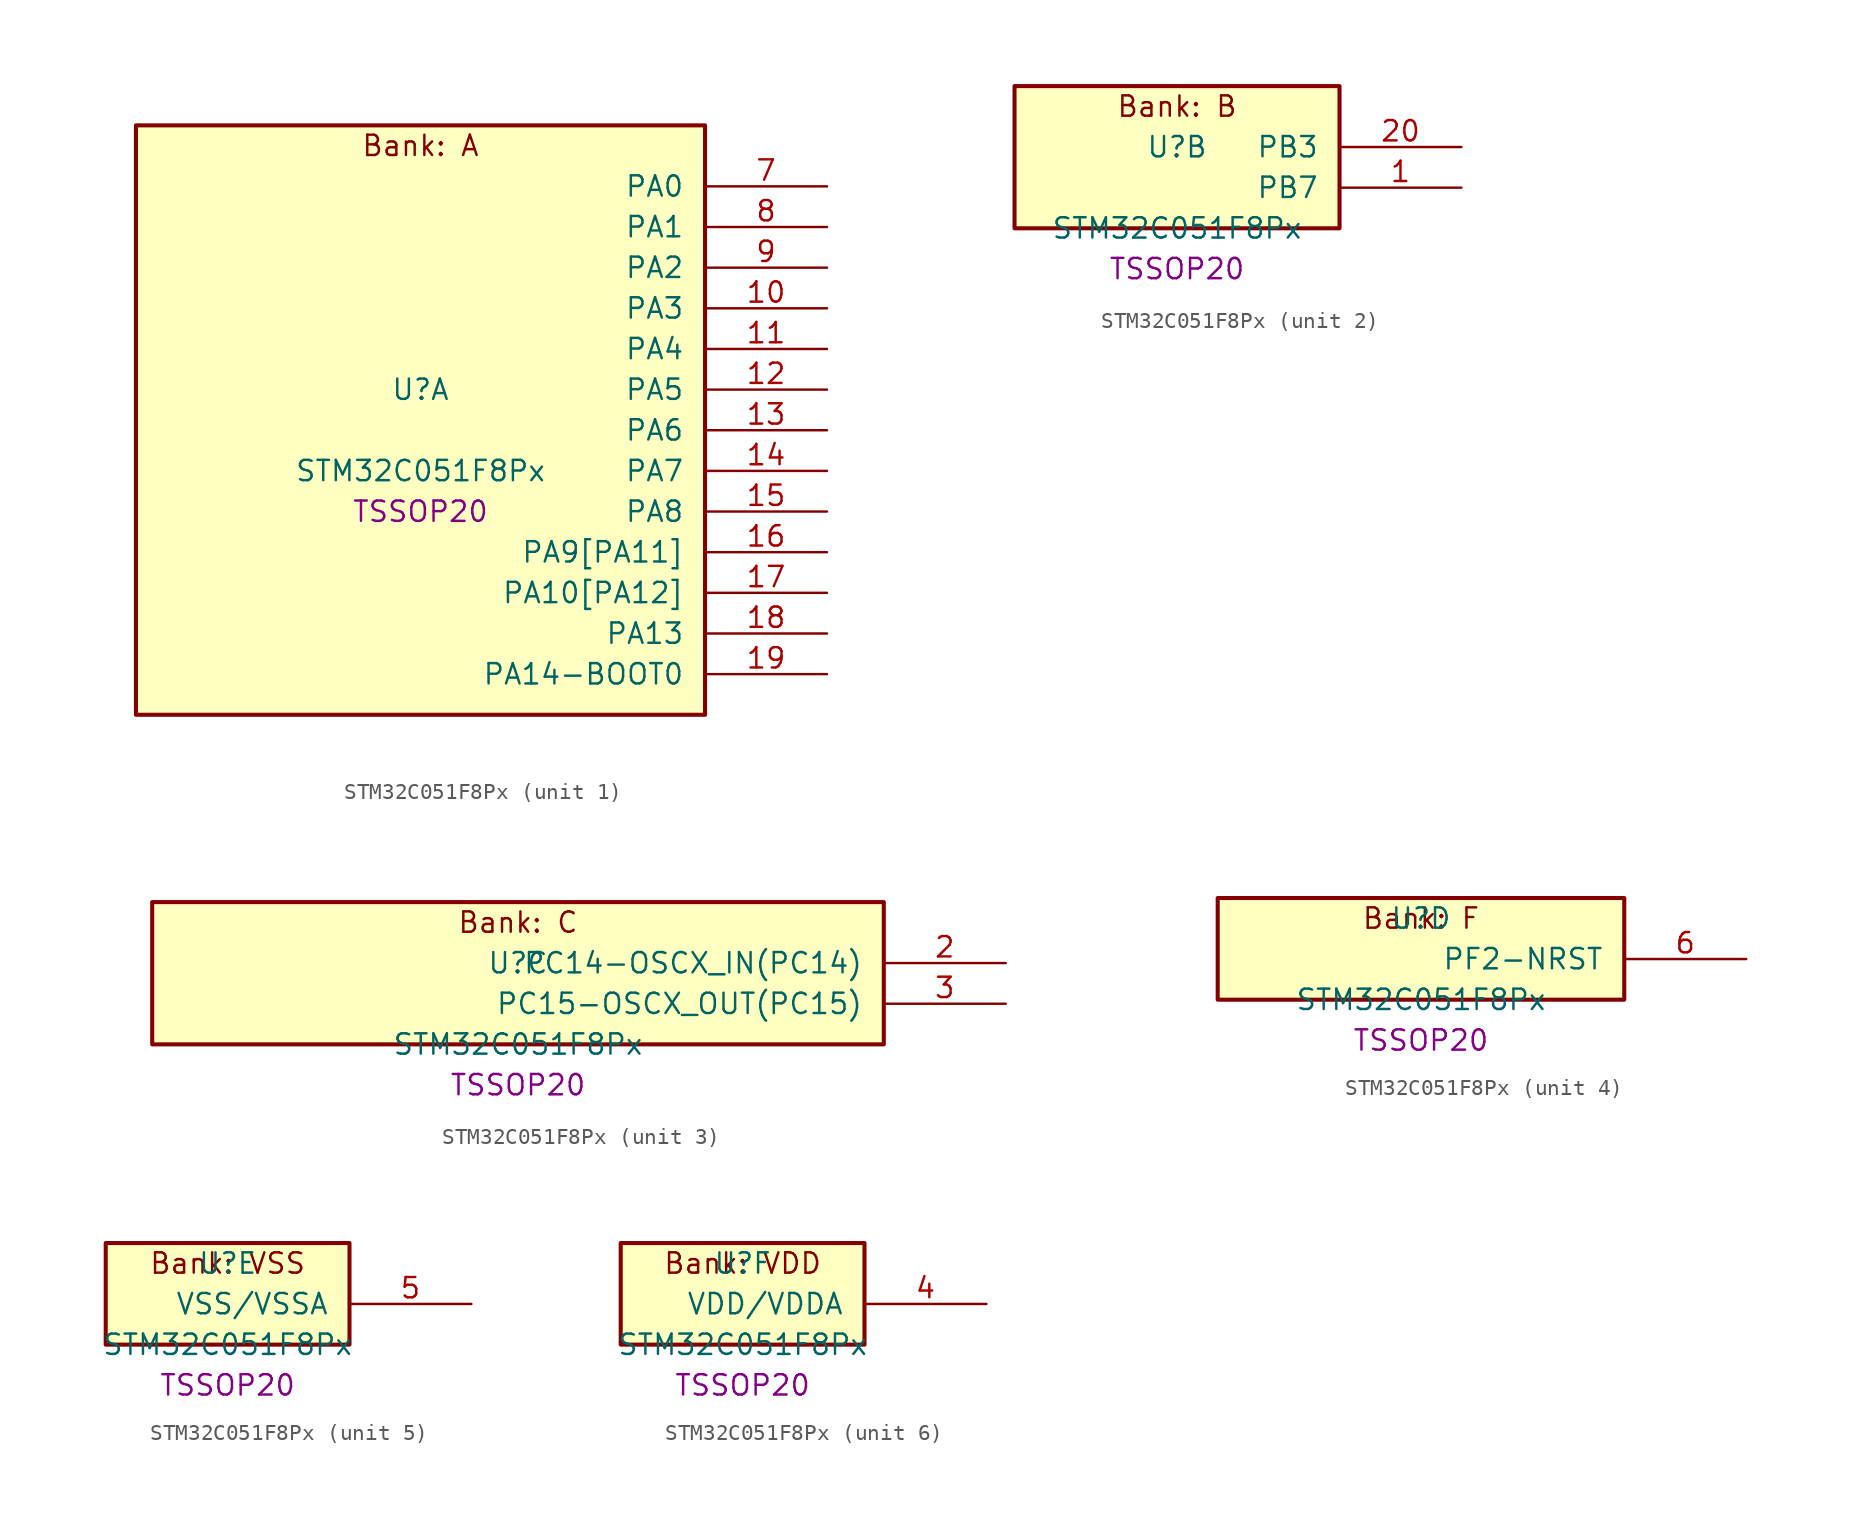
<source format=kicad_sym>
(kicad_symbol_lib
  (version 20241209)
  (generator "stm32_pkl_generator")
  (generator_version "1.0")
  (symbol "STM32C051F8Px"
    (pin_names
      (offset 1.27))
    (property "Reference" "U"
      (at 0 2.54 0))
    (property "Value" "STM32C051F8Px"
      (at 0 -2.54 0))
    (property "Footprint" "TSSOP20"
      (at 0 -5.08 0))
    (symbol "STM32C051F8Px_1_1"
      (rectangle (start -17.78 19.05) (end 17.78 -17.78) (stroke (width 0.254) (type solid)) (fill (type background)))
      (text "Bank: A" (at 0 17.78 0))
      (pin bidirectional line (at 25.4 15.24 180) (length 7.62) (name "PA0") (number "7") (alternate "PA0/ADC1_IN0" bidirectional line) (alternate "PA0/PWR_WKUP1" bidirectional line) (alternate "PA0/SPI2_SCK" bidirectional line) (alternate "PA0/TIM16_CH1" bidirectional line) (alternate "PA0/TIM1_CH1" bidirectional line) (alternate "PA0/TIM2_CH1" bidirectional line) (alternate "PA0/TIM2_ETR" bidirectional line) (alternate "PA0/USART1_TX" bidirectional line) (alternate "PA0/USART2_CTS" bidirectional line) (alternate "PA0/USART2_NSS" bidirectional line))
      (pin bidirectional line (at 25.4 12.7 180) (length 7.62) (name "PA1") (number "8") (alternate "PA1/ADC1_IN1" bidirectional line) (alternate "PA1/I2C1_SMBA" bidirectional line) (alternate "PA1/I2S1_CK" bidirectional line) (alternate "PA1/SPI1_SCK" bidirectional line) (alternate "PA1/TIM17_CH1" bidirectional line) (alternate "PA1/TIM1_CH2" bidirectional line) (alternate "PA1/TIM2_CH2" bidirectional line) (alternate "PA1/USART1_RX" bidirectional line) (alternate "PA1/USART2_CK" bidirectional line) (alternate "PA1/USART2_DE" bidirectional line) (alternate "PA1/USART2_RTS" bidirectional line))
      (pin bidirectional line (at 25.4 10.16 180) (length 7.62) (name "PA2") (number "9") (alternate "PA2/ADC1_IN2" bidirectional line) (alternate "PA2/I2S1_SD" bidirectional line) (alternate "PA2/PWR_WKUP4" bidirectional line) (alternate "PA2/RCC_LSCO" bidirectional line) (alternate "PA2/SPI1_MOSI" bidirectional line) (alternate "PA2/TIM16_CH1N" bidirectional line) (alternate "PA2/TIM1_CH3" bidirectional line) (alternate "PA2/TIM2_CH3" bidirectional line) (alternate "PA2/TIM3_ETR" bidirectional line) (alternate "PA2/USART2_TX" bidirectional line))
      (pin bidirectional line (at 25.4 7.62 180) (length 7.62) (name "PA3") (number "10") (alternate "PA3/ADC1_IN3" bidirectional line) (alternate "PA3/SPI2_MISO" bidirectional line) (alternate "PA3/TIM1_CH1N" bidirectional line) (alternate "PA3/TIM1_CH4" bidirectional line) (alternate "PA3/TIM2_CH4" bidirectional line) (alternate "PA3/USART2_RX" bidirectional line))
      (pin bidirectional line (at 25.4 5.08 180) (length 7.62) (name "PA4") (number "11") (alternate "PA4/ADC1_IN4" bidirectional line) (alternate "PA4/I2S1_WS" bidirectional line) (alternate "PA4/PWR_WKUP2" bidirectional line) (alternate "PA4/RTC_OUT1" bidirectional line) (alternate "PA4/RTC_TS" bidirectional line) (alternate "PA4/SPI1_NSS" bidirectional line) (alternate "PA4/SPI2_MOSI" bidirectional line) (alternate "PA4/TIM14_CH1" bidirectional line) (alternate "PA4/TIM17_CH1N" bidirectional line) (alternate "PA4/TIM1_CH2N" bidirectional line) (alternate "PA4/USART2_TX" bidirectional line))
      (pin bidirectional line (at 25.4 2.54 180) (length 7.62) (name "PA5") (number "12") (alternate "PA5/ADC1_IN5" bidirectional line) (alternate "PA5/I2S1_CK" bidirectional line) (alternate "PA5/SPI1_SCK" bidirectional line) (alternate "PA5/TIM1_CH1" bidirectional line) (alternate "PA5/TIM1_CH3N" bidirectional line) (alternate "PA5/TIM2_CH1" bidirectional line) (alternate "PA5/TIM2_ETR" bidirectional line) (alternate "PA5/USART2_RX" bidirectional line))
      (pin bidirectional line (at 25.4 0 180) (length 7.62) (name "PA6") (number "13") (alternate "PA6/ADC1_IN6" bidirectional line) (alternate "PA6/I2C2_SDA" bidirectional line) (alternate "PA6/I2S1_MCK" bidirectional line) (alternate "PA6/SPI1_MISO" bidirectional line) (alternate "PA6/TIM16_CH1" bidirectional line) (alternate "PA6/TIM1_BKIN" bidirectional line) (alternate "PA6/TIM3_CH1" bidirectional line) (alternate "PA6/USART1_TX" bidirectional line))
      (pin bidirectional line (at 25.4 -2.54 180) (length 7.62) (name "PA7") (number "14") (alternate "PA7/ADC1_IN7" bidirectional line) (alternate "PA7/I2C2_SCL" bidirectional line) (alternate "PA7/I2S1_SD" bidirectional line) (alternate "PA7/SPI1_MOSI" bidirectional line) (alternate "PA7/TIM14_CH1" bidirectional line) (alternate "PA7/TIM17_CH1" bidirectional line) (alternate "PA7/TIM1_CH1N" bidirectional line) (alternate "PA7/TIM3_CH2" bidirectional line) (alternate "PA7/USART1_RX" bidirectional line))
      (pin bidirectional line (at 25.4 -5.08 180) (length 7.62) (name "PA8") (number "15") (alternate "PA8/ADC1_IN8" bidirectional line) (alternate "PA8/I2S1_WS" bidirectional line) (alternate "PA8/RCC_MCO" bidirectional line) (alternate "PA8/RCC_MCO_2" bidirectional line) (alternate "PA8/SPI1_NSS" bidirectional line) (alternate "PA8/SPI2_MISO" bidirectional line) (alternate "PA8/SPI2_NSS" bidirectional line) (alternate "PA8/TIM14_CH1" bidirectional line) (alternate "PA8/TIM1_CH1" bidirectional line) (alternate "PA8/TIM1_CH2N" bidirectional line) (alternate "PA8/TIM1_CH3N" bidirectional line) (alternate "PA8/TIM3_CH3" bidirectional line) (alternate "PA8/TIM3_CH4" bidirectional line) (alternate "PA8/USART1_RX" bidirectional line) (alternate "PA8/USART2_TX" bidirectional line))
      (pin bidirectional line (at 25.4 -7.62 180) (length 7.62) (name "PA9[PA11]") (number "16") (alternate "PA9[PA11]/I2C1_SCL" bidirectional line) (alternate "PA9[PA11]/I2C2_SCL" bidirectional line) (alternate "PA9[PA11]/RCC_MCO" bidirectional line) (alternate "PA9[PA11]/SPI2_MISO" bidirectional line) (alternate "PA9[PA11]/TIM1_CH2" bidirectional line) (alternate "PA9[PA11]/TIM3_ETR" bidirectional line) (alternate "PA9[PA11]/USART1_TX" bidirectional line) (alternate "PA9[PA11]/PA11[PA9]" bidirectional line) (alternate "PA9[PA11]/ADC1_EXTI11" bidirectional line) (alternate "PA9[PA11]/ADC1_IN11" bidirectional line) (alternate "PA9[PA11]/I2S1_MCK" bidirectional line) (alternate "PA9[PA11]/SPI1_MISO" bidirectional line) (alternate "PA9[PA11]/TIM1_BKIN2" bidirectional line) (alternate "PA9[PA11]/TIM1_CH4" bidirectional line) (alternate "PA9[PA11]/USART1_CTS" bidirectional line) (alternate "PA9[PA11]/USART1_NSS" bidirectional line))
      (pin bidirectional line (at 25.4 -10.16 180) (length 7.62) (name "PA10[PA12]") (number "17") (alternate "PA10[PA12]/I2C1_SDA" bidirectional line) (alternate "PA10[PA12]/I2C2_SDA" bidirectional line) (alternate "PA10[PA12]/RCC_MCO_2" bidirectional line) (alternate "PA10[PA12]/SPI2_MOSI" bidirectional line) (alternate "PA10[PA12]/TIM17_BKIN" bidirectional line) (alternate "PA10[PA12]/TIM1_CH3" bidirectional line) (alternate "PA10[PA12]/USART1_RX" bidirectional line) (alternate "PA10[PA12]/PA12[PA10]" bidirectional line) (alternate "PA10[PA12]/ADC1_IN12" bidirectional line) (alternate "PA10[PA12]/I2S1_SD" bidirectional line) (alternate "PA10[PA12]/I2S_CKIN" bidirectional line) (alternate "PA10[PA12]/SPI1_MOSI" bidirectional line) (alternate "PA10[PA12]/TIM1_ETR" bidirectional line) (alternate "PA10[PA12]/USART1_CK" bidirectional line) (alternate "PA10[PA12]/USART1_DE" bidirectional line) (alternate "PA10[PA12]/USART1_RTS" bidirectional line))
      (pin bidirectional line (at 25.4 -12.7 180) (length 7.62) (name "PA13") (number "18") (alternate "PA13/ADC1_IN13" bidirectional line) (alternate "PA13/DEBUG_SWDIO" bidirectional line) (alternate "PA13/IR_OUT" bidirectional line) (alternate "PA13/TIM3_ETR" bidirectional line) (alternate "PA13/USART2_RX" bidirectional line))
      (pin bidirectional line (at 25.4 -15.24 180) (length 7.62) (name "PA14-BOOT0") (number "19") (alternate "PA14-BOOT0/ADC1_IN14" bidirectional line) (alternate "PA14-BOOT0/BOOT0" bidirectional line) (alternate "PA14-BOOT0/DEBUG_SWCLK" bidirectional line) (alternate "PA14-BOOT0/I2S1_WS" bidirectional line) (alternate "PA14-BOOT0/RCC_MCO_2" bidirectional line) (alternate "PA14-BOOT0/SPI1_NSS" bidirectional line) (alternate "PA14-BOOT0/TIM1_CH1" bidirectional line) (alternate "PA14-BOOT0/USART1_CK" bidirectional line) (alternate "PA14-BOOT0/USART1_DE" bidirectional line) (alternate "PA14-BOOT0/USART1_RTS" bidirectional line) (alternate "PA14-BOOT0/USART2_RX" bidirectional line) (alternate "PA14-BOOT0/USART2_TX" bidirectional line) (alternate "PA14-BOOT0/PA15" bidirectional line) (alternate "PA14-BOOT0/TIM2_CH1" bidirectional line) (alternate "PA14-BOOT0/TIM2_ETR" bidirectional line)))
    (symbol "STM32C051F8Px_2_1"
      (rectangle (start -10.16 6.35) (end 10.16 -2.54) (stroke (width 0.254) (type solid)) (fill (type background)))
      (text "Bank: B" (at 0 5.08 0))
      (pin bidirectional line (at 17.78 2.54 180) (length 7.62) (name "PB3") (number "20") (alternate "PB3/I2C2_SCL" bidirectional line) (alternate "PB3/I2S1_CK" bidirectional line) (alternate "PB3/SPI1_SCK" bidirectional line) (alternate "PB3/TIM1_CH2" bidirectional line) (alternate "PB3/TIM2_CH2" bidirectional line) (alternate "PB3/TIM3_CH2" bidirectional line) (alternate "PB3/USART1_CK" bidirectional line) (alternate "PB3/USART1_DE" bidirectional line) (alternate "PB3/USART1_RTS" bidirectional line) (alternate "PB3/PB4" bidirectional line) (alternate "PB3/I2C2_SDA" bidirectional line) (alternate "PB3/I2S1_MCK" bidirectional line) (alternate "PB3/SPI1_MISO" bidirectional line) (alternate "PB3/TIM17_BKIN" bidirectional line) (alternate "PB3/TIM3_CH1" bidirectional line) (alternate "PB3/USART1_CTS" bidirectional line) (alternate "PB3/USART1_NSS" bidirectional line) (alternate "PB3/PB5" bidirectional line) (alternate "PB3/I2C1_SMBA" bidirectional line) (alternate "PB3/I2S1_SD" bidirectional line) (alternate "PB3/PWR_WKUP6" bidirectional line) (alternate "PB3/SPI1_MOSI" bidirectional line) (alternate "PB3/TIM16_BKIN" bidirectional line) (alternate "PB3/TIM3_CH3" bidirectional line) (alternate "PB3/PB6" bidirectional line) (alternate "PB3/I2C1_SCL" bidirectional line) (alternate "PB3/PWR_WKUP3" bidirectional line) (alternate "PB3/SPI2_MISO" bidirectional line) (alternate "PB3/TIM16_CH1N" bidirectional line) (alternate "PB3/TIM1_CH3" bidirectional line) (alternate "PB3/USART1_TX" bidirectional line))
      (pin bidirectional line (at 17.78 0 180) (length 7.62) (name "PB7") (number "1") (alternate "PB7/I2C1_SCL" bidirectional line) (alternate "PB7/I2C1_SDA" bidirectional line) (alternate "PB7/RTC_REFIN" bidirectional line) (alternate "PB7/SPI2_MOSI" bidirectional line) (alternate "PB7/TIM16_CH1" bidirectional line) (alternate "PB7/TIM17_CH1N" bidirectional line) (alternate "PB7/TIM1_CH1" bidirectional line) (alternate "PB7/TIM1_CH4" bidirectional line) (alternate "PB7/TIM3_CH1" bidirectional line) (alternate "PB7/TIM3_CH4" bidirectional line) (alternate "PB7/USART1_RX" bidirectional line) (alternate "PB7/USART2_CTS" bidirectional line) (alternate "PB7/USART2_NSS" bidirectional line) (alternate "PB7/PB8" bidirectional line) (alternate "PB7/SPI2_SCK" bidirectional line)))
    (symbol "STM32C051F8Px_3_1"
      (rectangle (start -22.86 6.35) (end 22.86 -2.54) (stroke (width 0.254) (type solid)) (fill (type background)))
      (text "Bank: C" (at 0 5.08 0))
      (pin bidirectional line (at 30.48 2.54 180) (length 7.62) (name "PC14-OSCX_IN(PC14)") (number "2") (alternate "PC14-OSCX_IN(PC14)/I2C1_SDA" bidirectional line) (alternate "PC14-OSCX_IN(PC14)/IR_OUT" bidirectional line) (alternate "PC14-OSCX_IN(PC14)/RCC_OSCX_IN" bidirectional line) (alternate "PC14-OSCX_IN(PC14)/SPI2_NSS" bidirectional line) (alternate "PC14-OSCX_IN(PC14)/TIM17_CH1" bidirectional line) (alternate "PC14-OSCX_IN(PC14)/TIM1_BKIN2" bidirectional line) (alternate "PC14-OSCX_IN(PC14)/TIM1_ETR" bidirectional line) (alternate "PC14-OSCX_IN(PC14)/TIM3_CH2" bidirectional line) (alternate "PC14-OSCX_IN(PC14)/USART1_RX" bidirectional line) (alternate "PC14-OSCX_IN(PC14)/USART1_TX" bidirectional line) (alternate "PC14-OSCX_IN(PC14)/USART2_CK" bidirectional line) (alternate "PC14-OSCX_IN(PC14)/USART2_DE" bidirectional line) (alternate "PC14-OSCX_IN(PC14)/USART2_RTS" bidirectional line))
      (pin bidirectional line (at 30.48 0 180) (length 7.62) (name "PC15-OSCX_OUT(PC15)") (number "3") (alternate "PC15-OSCX_OUT(PC15)/RCC_OSC32_EN" bidirectional line) (alternate "PC15-OSCX_OUT(PC15)/RCC_OSCX_OUT" bidirectional line) (alternate "PC15-OSCX_OUT(PC15)/RCC_OSC_EN" bidirectional line) (alternate "PC15-OSCX_OUT(PC15)/TIM1_CH2" bidirectional line) (alternate "PC15-OSCX_OUT(PC15)/TIM1_ETR" bidirectional line) (alternate "PC15-OSCX_OUT(PC15)/TIM3_CH3" bidirectional line)))
    (symbol "STM32C051F8Px_4_1"
      (rectangle (start -12.7 3.81) (end 12.7 -2.54) (stroke (width 0.254) (type solid)) (fill (type background)))
      (text "Bank: F" (at 0 2.54 0))
      (pin bidirectional line (at 20.32 0 180) (length 7.62) (name "PF2-NRST") (number "6") (alternate "PF2-NRST/RCC_MCO" bidirectional line) (alternate "PF2-NRST/TIM1_CH4" bidirectional line)))
    (symbol "STM32C051F8Px_5_1"
      (rectangle (start -7.62 3.81) (end 7.62 -2.54) (stroke (width 0.254) (type solid)) (fill (type background)))
      (text "Bank: VSS" (at 0 2.54 0))
      (pin power_in line (at 15.24 0 180) (length 7.62) (name "VSS/VSSA") (number "5")))
    (symbol "STM32C051F8Px_6_1"
      (rectangle (start -7.62 3.81) (end 7.62 -2.54) (stroke (width 0.254) (type solid)) (fill (type background)))
      (text "Bank: VDD" (at 0 2.54 0))
      (pin power_in line (at 15.24 0 180) (length 7.62) (name "VDD/VDDA") (number "4")))))
</source>
